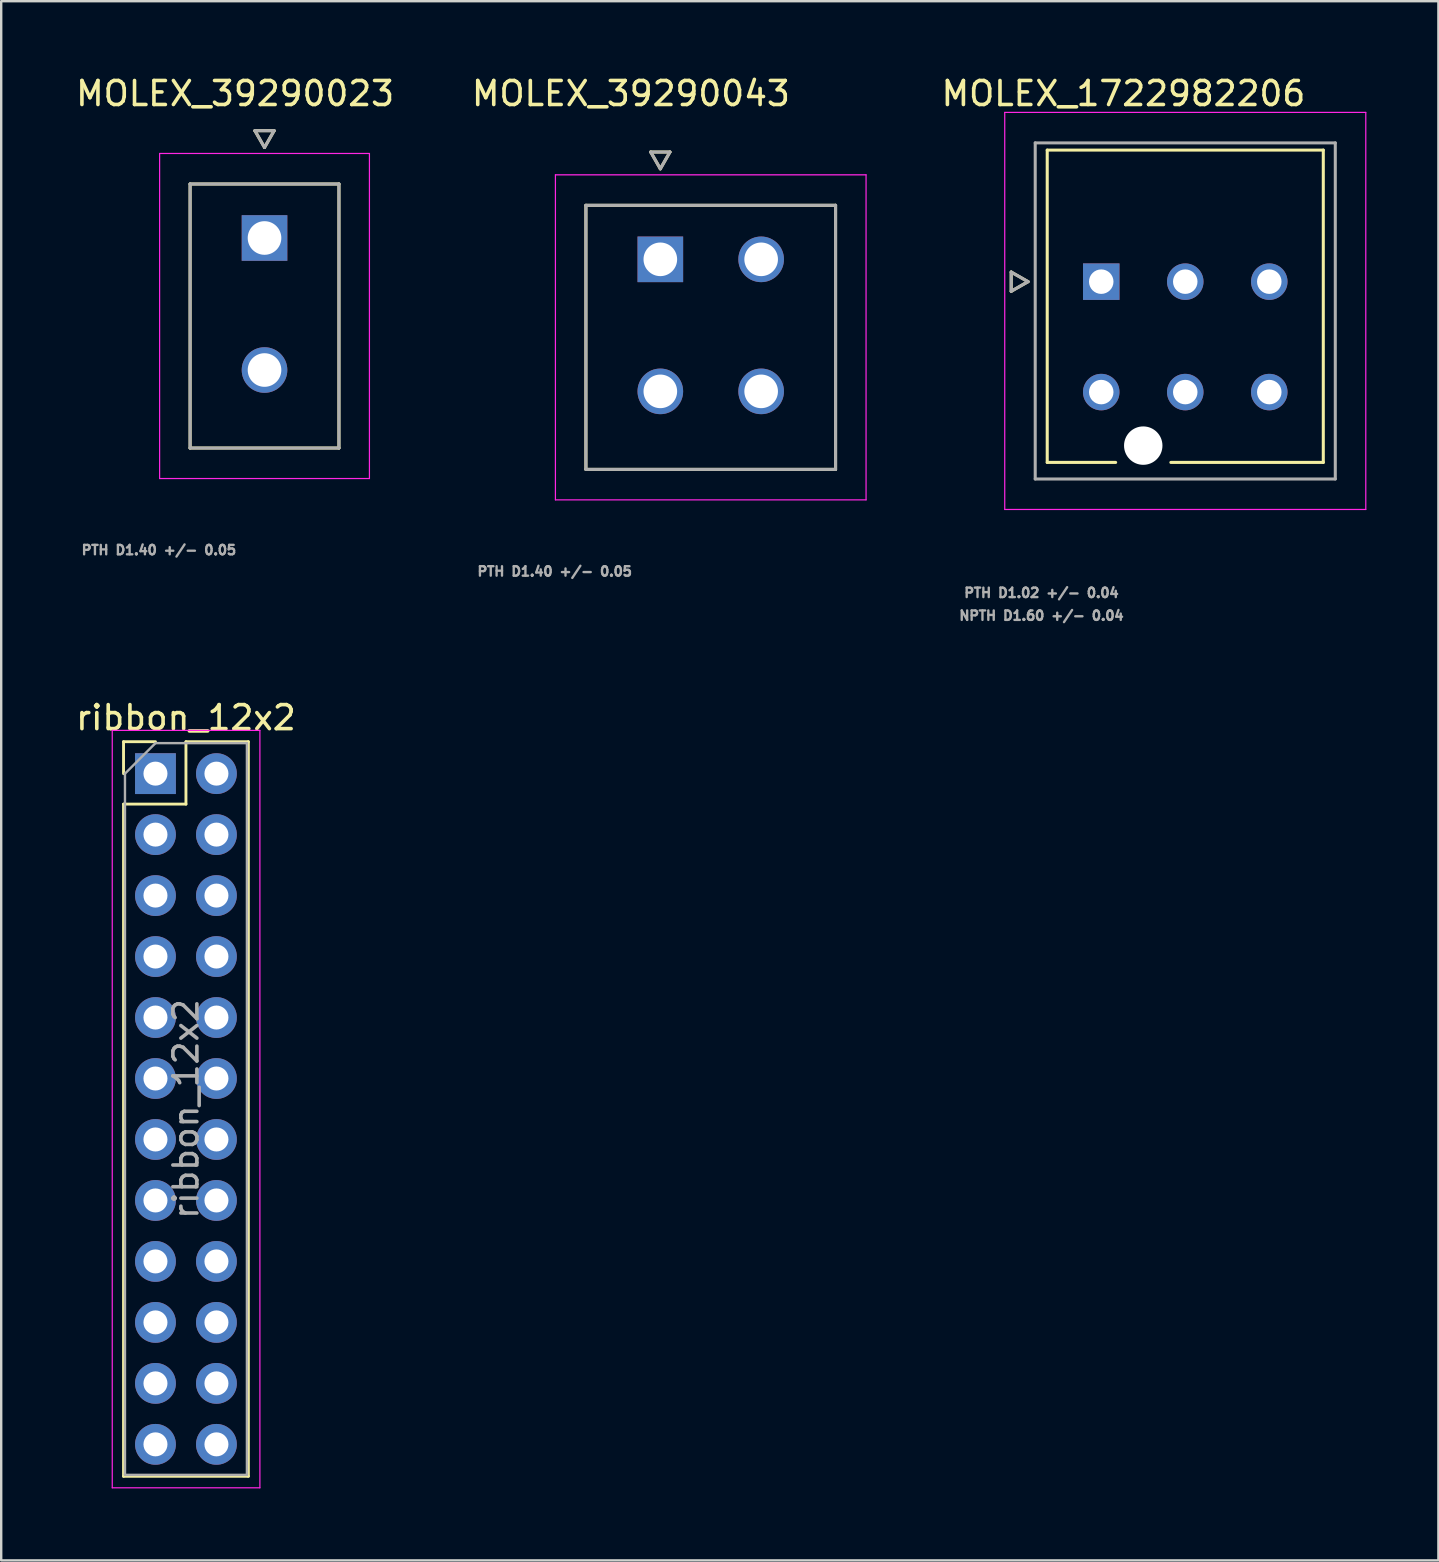
<source format=kicad_pcb>
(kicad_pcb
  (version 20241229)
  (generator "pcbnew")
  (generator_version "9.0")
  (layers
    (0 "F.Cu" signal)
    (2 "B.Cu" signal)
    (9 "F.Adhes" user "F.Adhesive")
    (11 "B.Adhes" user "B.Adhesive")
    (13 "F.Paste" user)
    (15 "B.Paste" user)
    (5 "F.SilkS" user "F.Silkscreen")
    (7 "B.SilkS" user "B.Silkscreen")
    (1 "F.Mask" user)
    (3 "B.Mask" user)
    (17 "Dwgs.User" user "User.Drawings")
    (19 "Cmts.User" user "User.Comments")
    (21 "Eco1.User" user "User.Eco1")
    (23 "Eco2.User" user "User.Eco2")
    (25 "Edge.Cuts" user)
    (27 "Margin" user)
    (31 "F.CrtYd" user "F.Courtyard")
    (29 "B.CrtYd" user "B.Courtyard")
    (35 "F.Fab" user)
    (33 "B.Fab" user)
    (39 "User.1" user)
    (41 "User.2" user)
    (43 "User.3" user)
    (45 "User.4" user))
  (footprint "MOLEX_39290023"
    (layer "F.Cu")
    (at 7.969 6.864)
    (property "Reference" "MOLEX_39290023" (at -1.225 -6.016 0) (layer "F.SilkS") (effects (font (size 1 1) (thickness 0.15))))
    (attr through_hole)
    (fp_circle (center 0 5.5) (end 0.513 5.5) (stroke (width 1.026) (type solid)) (fill no) (layer "F.Mask"))
    (fp_poly (pts (xy -1.026 -1.026) (xy 1.026 -1.026) (xy 1.026 1.026) (xy -1.026 1.026)) (stroke (width 0.01) (type solid)) (fill yes) (layer "F.Mask"))
    (fp_circle (center 0 5.5) (end 0.513 5.5) (stroke (width 1.026) (type solid)) (fill no) (layer "B.Mask"))
    (fp_poly (pts (xy -1.026 -1.026) (xy 1.026 -1.026) (xy 1.026 1.026) (xy -1.026 1.026)) (stroke (width 0.01) (type solid)) (fill yes) (layer "B.Mask"))
    (fp_line (start -3.1 -2.25) (end 3.1 -2.25) (stroke (width 0.127) (type solid)) (layer "F.SilkS"))
    (fp_line (start -3.1 8.75) (end -3.1 -2.25) (stroke (width 0.127) (type solid)) (layer "F.SilkS"))
    (fp_line (start -0.4 -4.47) (end 0 -3.77) (stroke (width 0.127) (type solid)) (layer "F.SilkS"))
    (fp_line (start 0 -3.77) (end 0.4 -4.47) (stroke (width 0.127) (type solid)) (layer "F.SilkS"))
    (fp_line (start 0.4 -4.47) (end -0.4 -4.47) (stroke (width 0.127) (type solid)) (layer "F.SilkS"))
    (fp_line (start 3.1 -2.25) (end 3.1 8.75) (stroke (width 0.127) (type solid)) (layer "F.SilkS"))
    (fp_line (start 3.1 8.75) (end -3.1 8.75) (stroke (width 0.127) (type solid)) (layer "F.SilkS"))
    (fp_line (start -4.37 -3.52) (end 4.37 -3.52) (stroke (width 0.05) (type solid)) (layer "F.CrtYd"))
    (fp_line (start -4.37 10.02) (end -4.37 -3.52) (stroke (width 0.05) (type solid)) (layer "F.CrtYd"))
    (fp_line (start 4.37 -3.52) (end 4.37 10.02) (stroke (width 0.05) (type solid)) (layer "F.CrtYd"))
    (fp_line (start 4.37 10.02) (end -4.37 10.02) (stroke (width 0.05) (type solid)) (layer "F.CrtYd"))
    (fp_line (start -3.1 -2.25) (end 3.1 -2.25) (stroke (width 0.127) (type solid)) (layer "F.Fab"))
    (fp_line (start -3.1 8.75) (end -3.1 -2.25) (stroke (width 0.127) (type solid)) (layer "F.Fab"))
    (fp_line (start -0.4 -4.47) (end 0 -3.77) (stroke (width 0.127) (type solid)) (layer "F.Fab"))
    (fp_line (start 0 -3.77) (end 0.4 -4.47) (stroke (width 0.127) (type solid)) (layer "F.Fab"))
    (fp_line (start 0.4 -4.47) (end -0.4 -4.47) (stroke (width 0.127) (type solid)) (layer "F.Fab"))
    (fp_line (start 3.1 -2.25) (end 3.1 8.75) (stroke (width 0.127) (type solid)) (layer "F.Fab"))
    (fp_line (start 3.1 8.75) (end -3.1 8.75) (stroke (width 0.127) (type solid)) (layer "F.Fab"))
    (fp_text user "PTH D1.40 +/- 0.05" (at -4.4 13 0) (layer "F.Fab") (effects (font (size 0.394 0.394) (thickness 0.098))))
    (pad "1" thru_hole rect (at 0 0) (size 1.9 1.9) (drill 1.4) (layers "*.Cu"))
    (pad "2" thru_hole circle (at 0 5.5) (size 1.9 1.9) (drill 1.4) (layers "*.Cu")))
  (footprint "MOLEX_39290043"
    (layer "F.Cu")
    (at 24.457 7.753)
    (property "Reference" "MOLEX_39290043" (at -1.225 -6.905 0) (layer "F.SilkS") (effects (font (size 1 1) (thickness 0.15))))
    (attr through_hole)
    (fp_circle (center 0 5.5) (end 0.513 5.5) (stroke (width 1.026) (type solid)) (fill no) (layer "F.Mask"))
    (fp_circle (center 4.2 0) (end 4.713 0) (stroke (width 1.026) (type solid)) (fill no) (layer "F.Mask"))
    (fp_circle (center 4.2 5.5) (end 4.713 5.5) (stroke (width 1.026) (type solid)) (fill no) (layer "F.Mask"))
    (fp_poly (pts (xy -1.026 -1.026) (xy 1.026 -1.026) (xy 1.026 1.026) (xy -1.026 1.026)) (stroke (width 0.01) (type solid)) (fill yes) (layer "F.Mask"))
    (fp_circle (center 0 5.5) (end 0.513 5.5) (stroke (width 1.026) (type solid)) (fill no) (layer "B.Mask"))
    (fp_circle (center 4.2 0) (end 4.713 0) (stroke (width 1.026) (type solid)) (fill no) (layer "B.Mask"))
    (fp_circle (center 4.2 5.5) (end 4.713 5.5) (stroke (width 1.026) (type solid)) (fill no) (layer "B.Mask"))
    (fp_poly (pts (xy -1.026 -1.026) (xy 1.026 -1.026) (xy 1.026 1.026) (xy -1.026 1.026)) (stroke (width 0.01) (type solid)) (fill yes) (layer "B.Mask"))
    (fp_line (start -3.1 -2.25) (end 7.3 -2.25) (stroke (width 0.127) (type solid)) (layer "F.SilkS"))
    (fp_line (start -3.1 8.75) (end -3.1 -2.25) (stroke (width 0.127) (type solid)) (layer "F.SilkS"))
    (fp_line (start -0.4 -4.47) (end 0 -3.77) (stroke (width 0.127) (type solid)) (layer "F.SilkS"))
    (fp_line (start 0 -3.77) (end 0.4 -4.47) (stroke (width 0.127) (type solid)) (layer "F.SilkS"))
    (fp_line (start 0.4 -4.47) (end -0.4 -4.47) (stroke (width 0.127) (type solid)) (layer "F.SilkS"))
    (fp_line (start 7.3 -2.25) (end 7.3 8.75) (stroke (width 0.127) (type solid)) (layer "F.SilkS"))
    (fp_line (start 7.3 8.75) (end -3.1 8.75) (stroke (width 0.127) (type solid)) (layer "F.SilkS"))
    (fp_line (start -4.37 -3.52) (end 8.57 -3.52) (stroke (width 0.05) (type solid)) (layer "F.CrtYd"))
    (fp_line (start -4.37 10.02) (end -4.37 -3.52) (stroke (width 0.05) (type solid)) (layer "F.CrtYd"))
    (fp_line (start 8.57 -3.52) (end 8.57 10.02) (stroke (width 0.05) (type solid)) (layer "F.CrtYd"))
    (fp_line (start 8.57 10.02) (end -4.37 10.02) (stroke (width 0.05) (type solid)) (layer "F.CrtYd"))
    (fp_line (start -3.1 -2.25) (end 7.3 -2.25) (stroke (width 0.127) (type solid)) (layer "F.Fab"))
    (fp_line (start -3.1 8.75) (end -3.1 -2.25) (stroke (width 0.127) (type solid)) (layer "F.Fab"))
    (fp_line (start -0.4 -4.47) (end 0 -3.77) (stroke (width 0.127) (type solid)) (layer "F.Fab"))
    (fp_line (start 0 -3.77) (end 0.4 -4.47) (stroke (width 0.127) (type solid)) (layer "F.Fab"))
    (fp_line (start 0.4 -4.47) (end -0.4 -4.47) (stroke (width 0.127) (type solid)) (layer "F.Fab"))
    (fp_line (start 7.3 -2.25) (end 7.3 8.75) (stroke (width 0.127) (type solid)) (layer "F.Fab"))
    (fp_line (start 7.3 8.75) (end -3.1 8.75) (stroke (width 0.127) (type solid)) (layer "F.Fab"))
    (fp_text user "PTH D1.40 +/- 0.05" (at -4.4 13 0) (layer "F.Fab") (effects (font (size 0.394 0.394) (thickness 0.098))))
    (pad "1" thru_hole rect (at 0 0) (size 1.9 1.9) (drill 1.4) (layers "*.Cu"))
    (pad "2" thru_hole circle (at 4.2 0) (size 1.9 1.9) (drill 1.4) (layers "*.Cu"))
    (pad "3" thru_hole circle (at 0 5.5) (size 1.9 1.9) (drill 1.4) (layers "*.Cu"))
    (pad "4" thru_hole circle (at 4.2 5.5) (size 1.9 1.9) (drill 1.4) (layers "*.Cu")))
  (footprint "MOLEX_1722982206"
    (layer "F.Cu")
    (at 42.824 8.683)
    (property "Reference" "MOLEX_1722982206" (at 0.925 -7.835 0) (layer "F.SilkS") (effects (font (size 1 1) (thickness 0.15))))
    (attr through_hole)
    (fp_circle (center 0 4.6) (end 0.418 4.6) (stroke (width 0.836) (type solid)) (fill no) (layer "F.Mask"))
    (fp_circle (center 1.75 6.83) (end 2.188 6.83) (stroke (width 0.876) (type solid)) (fill no) (layer "F.Mask"))
    (fp_circle (center 3.5 0) (end 3.918 0) (stroke (width 0.836) (type solid)) (fill no) (layer "F.Mask"))
    (fp_circle (center 3.5 4.6) (end 3.918 4.6) (stroke (width 0.836) (type solid)) (fill no) (layer "F.Mask"))
    (fp_circle (center 7 0) (end 7.418 0) (stroke (width 0.836) (type solid)) (fill no) (layer "F.Mask"))
    (fp_circle (center 7 4.6) (end 7.418 4.6) (stroke (width 0.836) (type solid)) (fill no) (layer "F.Mask"))
    (fp_poly (pts (xy -0.836 -0.836) (xy 0.836 -0.836) (xy 0.836 0.836) (xy -0.836 0.836)) (stroke (width 0.01) (type solid)) (fill yes) (layer "F.Mask"))
    (fp_circle (center 0 4.6) (end 0.418 4.6) (stroke (width 0.836) (type solid)) (fill no) (layer "B.Mask"))
    (fp_circle (center 1.75 6.83) (end 2.188 6.83) (stroke (width 0.876) (type solid)) (fill no) (layer "B.Mask"))
    (fp_circle (center 3.5 0) (end 3.918 0) (stroke (width 0.836) (type solid)) (fill no) (layer "B.Mask"))
    (fp_circle (center 3.5 4.6) (end 3.918 4.6) (stroke (width 0.836) (type solid)) (fill no) (layer "B.Mask"))
    (fp_circle (center 7 0) (end 7.418 0) (stroke (width 0.836) (type solid)) (fill no) (layer "B.Mask"))
    (fp_circle (center 7 4.6) (end 7.418 4.6) (stroke (width 0.836) (type solid)) (fill no) (layer "B.Mask"))
    (fp_poly (pts (xy -0.836 -0.836) (xy 0.836 -0.836) (xy 0.836 0.836) (xy -0.836 0.836)) (stroke (width 0.01) (type solid)) (fill yes) (layer "B.Mask"))
    (fp_line (start -3.75 -0.4) (end -3.75 0.4) (stroke (width 0.127) (type solid)) (layer "F.SilkS"))
    (fp_line (start -3.75 0.4) (end -3.05 0) (stroke (width 0.127) (type solid)) (layer "F.SilkS"))
    (fp_line (start -3.05 0) (end -3.75 -0.4) (stroke (width 0.127) (type solid)) (layer "F.SilkS"))
    (fp_line (start -2.25 -5.48) (end 9.25 -5.48) (stroke (width 0.127) (type solid)) (layer "F.SilkS"))
    (fp_line (start -2.25 7.53) (end -2.25 -5.48) (stroke (width 0.127) (type solid)) (layer "F.SilkS"))
    (fp_line (start 0.6 7.53) (end -2.25 7.53) (stroke (width 0.127) (type solid)) (layer "F.SilkS"))
    (fp_line (start 9.25 -5.48) (end 9.25 7.53) (stroke (width 0.127) (type solid)) (layer "F.SilkS"))
    (fp_line (start 9.25 7.53) (end 2.9 7.53) (stroke (width 0.127) (type solid)) (layer "F.SilkS"))
    (fp_line (start -4.02 -7.05) (end -4.02 9.49) (stroke (width 0.05) (type solid)) (layer "F.CrtYd"))
    (fp_line (start -4.02 9.49) (end 11.02 9.49) (stroke (width 0.05) (type solid)) (layer "F.CrtYd"))
    (fp_line (start 11.02 -7.05) (end -4.02 -7.05) (stroke (width 0.05) (type solid)) (layer "F.CrtYd"))
    (fp_line (start 11.02 9.49) (end 11.02 -7.05) (stroke (width 0.05) (type solid)) (layer "F.CrtYd"))
    (fp_line (start -3.75 -0.4) (end -3.75 0.4) (stroke (width 0.127) (type solid)) (layer "F.Fab"))
    (fp_line (start -3.75 0.4) (end -3.05 0) (stroke (width 0.127) (type solid)) (layer "F.Fab"))
    (fp_line (start -3.05 0) (end -3.75 -0.4) (stroke (width 0.127) (type solid)) (layer "F.Fab"))
    (fp_line (start -2.75 -5.78) (end -2.75 8.22) (stroke (width 0.127) (type solid)) (layer "F.Fab"))
    (fp_line (start -2.75 8.22) (end 9.75 8.22) (stroke (width 0.127) (type solid)) (layer "F.Fab"))
    (fp_line (start 9.75 -5.78) (end -2.75 -5.78) (stroke (width 0.127) (type solid)) (layer "F.Fab"))
    (fp_line (start 9.75 8.22) (end 9.75 -5.78) (stroke (width 0.127) (type solid)) (layer "F.Fab"))
    (fp_text user "PTH D1.02 +/- 0.04" (at -2.49 12.962 0) (layer "F.Fab") (effects (font (size 0.394 0.394) (thickness 0.15))))
    (fp_text user "NPTH D1.60 +/- 0.04" (at -2.49 13.912 0) (layer "F.Fab") (effects (font (size 0.394 0.394) (thickness 0.15))))
    (pad "" np_thru_hole circle (at 1.75 6.83) (size 1.6 1.6) (drill 1.6) (layers "*.Cu" "*.Mask"))
    (pad "1" thru_hole rect (at 0 0) (size 1.52 1.52) (drill 1.02) (layers "*.Cu"))
    (pad "2" thru_hole circle (at 3.5 0) (size 1.52 1.52) (drill 1.02) (layers "*.Cu"))
    (pad "3" thru_hole circle (at 7 0) (size 1.52 1.52) (drill 1.02) (layers "*.Cu"))
    (pad "4" thru_hole circle (at 0 4.6) (size 1.52 1.52) (drill 1.02) (layers "*.Cu"))
    (pad "5" thru_hole circle (at 3.5 4.6) (size 1.52 1.52) (drill 1.02) (layers "*.Cu"))
    (pad "6" thru_hole circle (at 7 4.6) (size 1.52 1.52) (drill 1.02) (layers "*.Cu")))
  (footprint "ribbon_12x2"
    (layer "F.Cu")
    (at 3.426 29.177)
    (property "Reference" "ribbon_12x2" (at 1.27 -2.33 0) (layer "F.SilkS") (effects (font (size 1 1) (thickness 0.15))))
    (attr through_hole)
    (fp_line (start -1.33 -1.33) (end 0 -1.33) (stroke (width 0.12) (type solid)) (layer "F.SilkS"))
    (fp_line (start -1.33 0) (end -1.33 -1.33) (stroke (width 0.12) (type solid)) (layer "F.SilkS"))
    (fp_line (start -1.33 1.27) (end -1.33 29.27) (stroke (width 0.12) (type solid)) (layer "F.SilkS"))
    (fp_line (start -1.33 1.27) (end 1.27 1.27) (stroke (width 0.12) (type solid)) (layer "F.SilkS"))
    (fp_line (start -1.33 29.27) (end 3.87 29.27) (stroke (width 0.12) (type solid)) (layer "F.SilkS"))
    (fp_line (start 1.27 -1.33) (end 3.87 -1.33) (stroke (width 0.12) (type solid)) (layer "F.SilkS"))
    (fp_line (start 1.27 1.27) (end 1.27 -1.33) (stroke (width 0.12) (type solid)) (layer "F.SilkS"))
    (fp_line (start 3.87 -1.33) (end 3.87 29.27) (stroke (width 0.12) (type solid)) (layer "F.SilkS"))
    (fp_line (start -1.8 -1.8) (end -1.8 29.75) (stroke (width 0.05) (type solid)) (layer "F.CrtYd"))
    (fp_line (start -1.8 29.75) (end 4.35 29.75) (stroke (width 0.05) (type solid)) (layer "F.CrtYd"))
    (fp_line (start 4.35 -1.8) (end -1.8 -1.8) (stroke (width 0.05) (type solid)) (layer "F.CrtYd"))
    (fp_line (start 4.35 29.75) (end 4.35 -1.8) (stroke (width 0.05) (type solid)) (layer "F.CrtYd"))
    (fp_line (start -1.27 0) (end 0 -1.27) (stroke (width 0.1) (type solid)) (layer "F.Fab"))
    (fp_line (start -1.27 29.21) (end -1.27 0) (stroke (width 0.1) (type solid)) (layer "F.Fab"))
    (fp_line (start 0 -1.27) (end 3.81 -1.27) (stroke (width 0.1) (type solid)) (layer "F.Fab"))
    (fp_line (start 3.81 -1.27) (end 3.81 29.21) (stroke (width 0.1) (type solid)) (layer "F.Fab"))
    (fp_line (start 3.81 29.21) (end -1.27 29.21) (stroke (width 0.1) (type solid)) (layer "F.Fab"))
    (fp_text user "${REFERENCE}" (at 1.27 13.97 90) (layer "F.Fab") (effects (font (size 1 1) (thickness 0.15))))
    (pad "1" thru_hole rect (at 0 0) (size 1.7 1.7) (drill 1) (layers "*.Cu" "*.Mask"))
    (pad "2" thru_hole oval (at 2.54 0) (size 1.7 1.7) (drill 1) (layers "*.Cu" "*.Mask"))
    (pad "3" thru_hole oval (at 0 2.54) (size 1.7 1.7) (drill 1) (layers "*.Cu" "*.Mask"))
    (pad "4" thru_hole oval (at 2.54 2.54) (size 1.7 1.7) (drill 1) (layers "*.Cu" "*.Mask"))
    (pad "5" thru_hole oval (at 0 5.08) (size 1.7 1.7) (drill 1) (layers "*.Cu" "*.Mask"))
    (pad "6" thru_hole oval (at 2.54 5.08) (size 1.7 1.7) (drill 1) (layers "*.Cu" "*.Mask"))
    (pad "7" thru_hole oval (at 0 7.62) (size 1.7 1.7) (drill 1) (layers "*.Cu" "*.Mask"))
    (pad "8" thru_hole oval (at 2.54 7.62) (size 1.7 1.7) (drill 1) (layers "*.Cu" "*.Mask"))
    (pad "9" thru_hole oval (at 0 10.16) (size 1.7 1.7) (drill 1) (layers "*.Cu" "*.Mask"))
    (pad "10" thru_hole oval (at 2.54 10.16) (size 1.7 1.7) (drill 1) (layers "*.Cu" "*.Mask"))
    (pad "11" thru_hole oval (at 0 12.7) (size 1.7 1.7) (drill 1) (layers "*.Cu" "*.Mask"))
    (pad "12" thru_hole oval (at 2.54 12.7) (size 1.7 1.7) (drill 1) (layers "*.Cu" "*.Mask"))
    (pad "13" thru_hole oval (at 0 15.24) (size 1.7 1.7) (drill 1) (layers "*.Cu" "*.Mask"))
    (pad "14" thru_hole oval (at 2.54 15.24) (size 1.7 1.7) (drill 1) (layers "*.Cu" "*.Mask"))
    (pad "15" thru_hole oval (at 0 17.78) (size 1.7 1.7) (drill 1) (layers "*.Cu" "*.Mask"))
    (pad "16" thru_hole oval (at 2.54 17.78) (size 1.7 1.7) (drill 1) (layers "*.Cu" "*.Mask"))
    (pad "17" thru_hole oval (at 0 20.32) (size 1.7 1.7) (drill 1) (layers "*.Cu" "*.Mask"))
    (pad "18" thru_hole oval (at 2.54 20.32) (size 1.7 1.7) (drill 1) (layers "*.Cu" "*.Mask"))
    (pad "19" thru_hole oval (at 0 22.86) (size 1.7 1.7) (drill 1) (layers "*.Cu" "*.Mask"))
    (pad "20" thru_hole oval (at 2.54 22.86) (size 1.7 1.7) (drill 1) (layers "*.Cu" "*.Mask"))
    (pad "21" thru_hole oval (at 0 25.4) (size 1.7 1.7) (drill 1) (layers "*.Cu" "*.Mask"))
    (pad "22" thru_hole oval (at 2.54 25.4) (size 1.7 1.7) (drill 1) (layers "*.Cu" "*.Mask"))
    (pad "23" thru_hole oval (at 0 27.94) (size 1.7 1.7) (drill 1) (layers "*.Cu" "*.Mask"))
    (pad "24" thru_hole oval (at 2.54 27.94) (size 1.7 1.7) (drill 1) (layers "*.Cu" "*.Mask")))
  (gr_rect
    (start -3 -3)
    (end 56.869 61.952)
    (stroke (width 0.1) (type default))
    (fill no)
    (layer "Edge.Cuts")))
</source>
